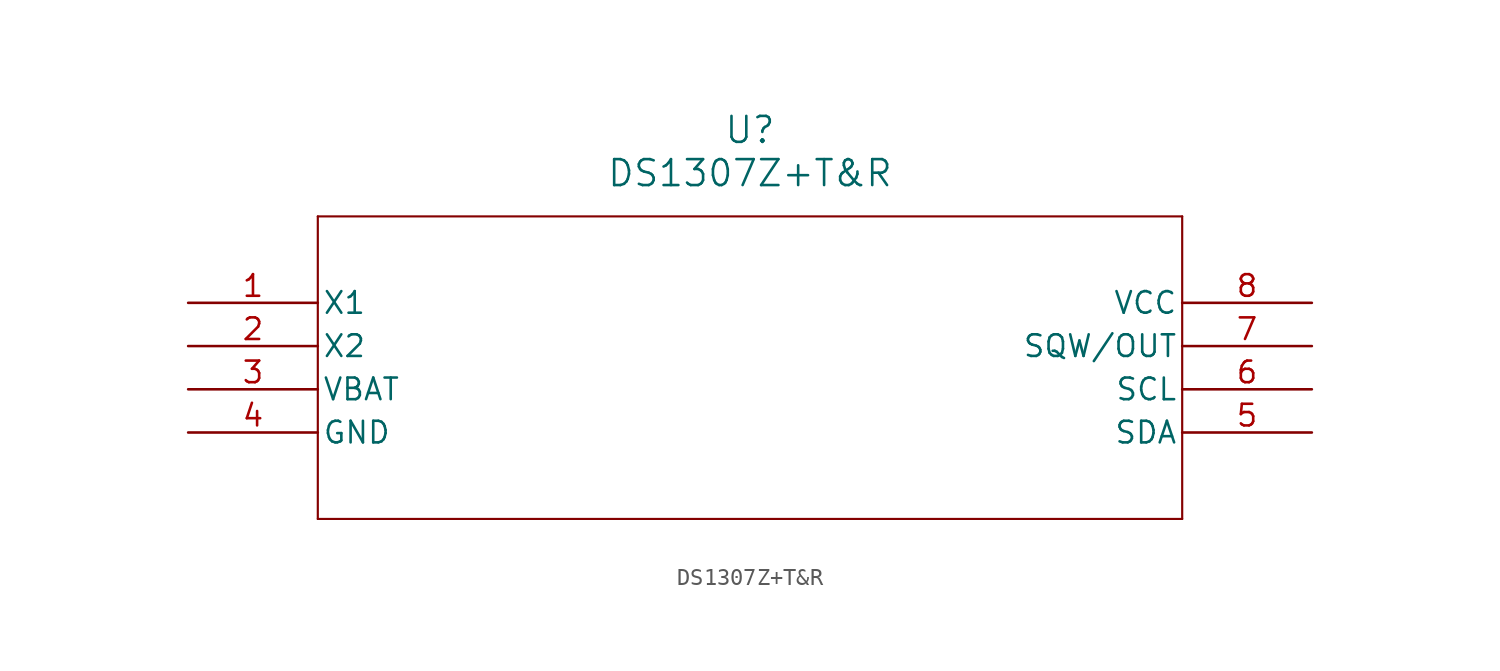
<source format=kicad_sym>
(kicad_symbol_lib
  (version 20211014)
  (generator kicad_symbol_editor)
  (symbol "DS1307Z+T&R"
    (pin_names
      (offset 0.254))
    (property "Reference" "U"
      (at 33.02 10.16 0)
      (effects (font (size 1.524 1.524))))
    (property "Value" "DS1307Z+T&R"
      (at 33.02 7.62 0)
      (effects (font (size 1.524 1.524))))
    (symbol "DS1307Z+T&R_0_1"
      (polyline (pts (xy 7.62 5.08) (xy 7.62 -12.7)) (stroke (width .127) (type default) (color 0 0 0 0)) (fill (type none)))
      (polyline (pts (xy 7.62 -12.7) (xy 58.42 -12.7)) (stroke (width .127) (type default) (color 0 0 0 0)) (fill (type none)))
      (polyline (pts (xy 58.42 -12.7) (xy 58.42 5.08)) (stroke (width .127) (type default) (color 0 0 0 0)) (fill (type none)))
      (polyline (pts (xy 58.42 5.08) (xy 7.62 5.08)) (stroke (width .127) (type default) (color 0 0 0 0)) (fill (type none)))
      (pin unspecified line (at 0 0 0) (length 7.62) (name "X1" (effects (font (size 1.27 1.27)))) (number "1" (effects (font (size 1.27 1.27)))))
      (pin unspecified line (at 0 -2.54 0) (length 7.62) (name "X2" (effects (font (size 1.27 1.27)))) (number "2" (effects (font (size 1.27 1.27)))))
      (pin power_in line (at 0 -5.08 0) (length 7.62) (name "VBAT" (effects (font (size 1.27 1.27)))) (number "3" (effects (font (size 1.27 1.27)))))
      (pin power_in line (at 0 -7.62 0) (length 7.62) (name "GND" (effects (font (size 1.27 1.27)))) (number "4" (effects (font (size 1.27 1.27)))))
      (pin unspecified line (at 66.04 -7.62 180) (length 7.62) (name "SDA" (effects (font (size 1.27 1.27)))) (number "5" (effects (font (size 1.27 1.27)))))
      (pin unspecified line (at 66.04 -5.08 180) (length 7.62) (name "SCL" (effects (font (size 1.27 1.27)))) (number "6" (effects (font (size 1.27 1.27)))))
      (pin unspecified line (at 66.04 -2.54 180) (length 7.62) (name "SQW/OUT" (effects (font (size 1.27 1.27)))) (number "7" (effects (font (size 1.27 1.27)))))
      (pin power_in line (at 66.04 0 180) (length 7.62) (name "VCC" (effects (font (size 1.27 1.27)))) (number "8" (effects (font (size 1.27 1.27))))))))
</source>
